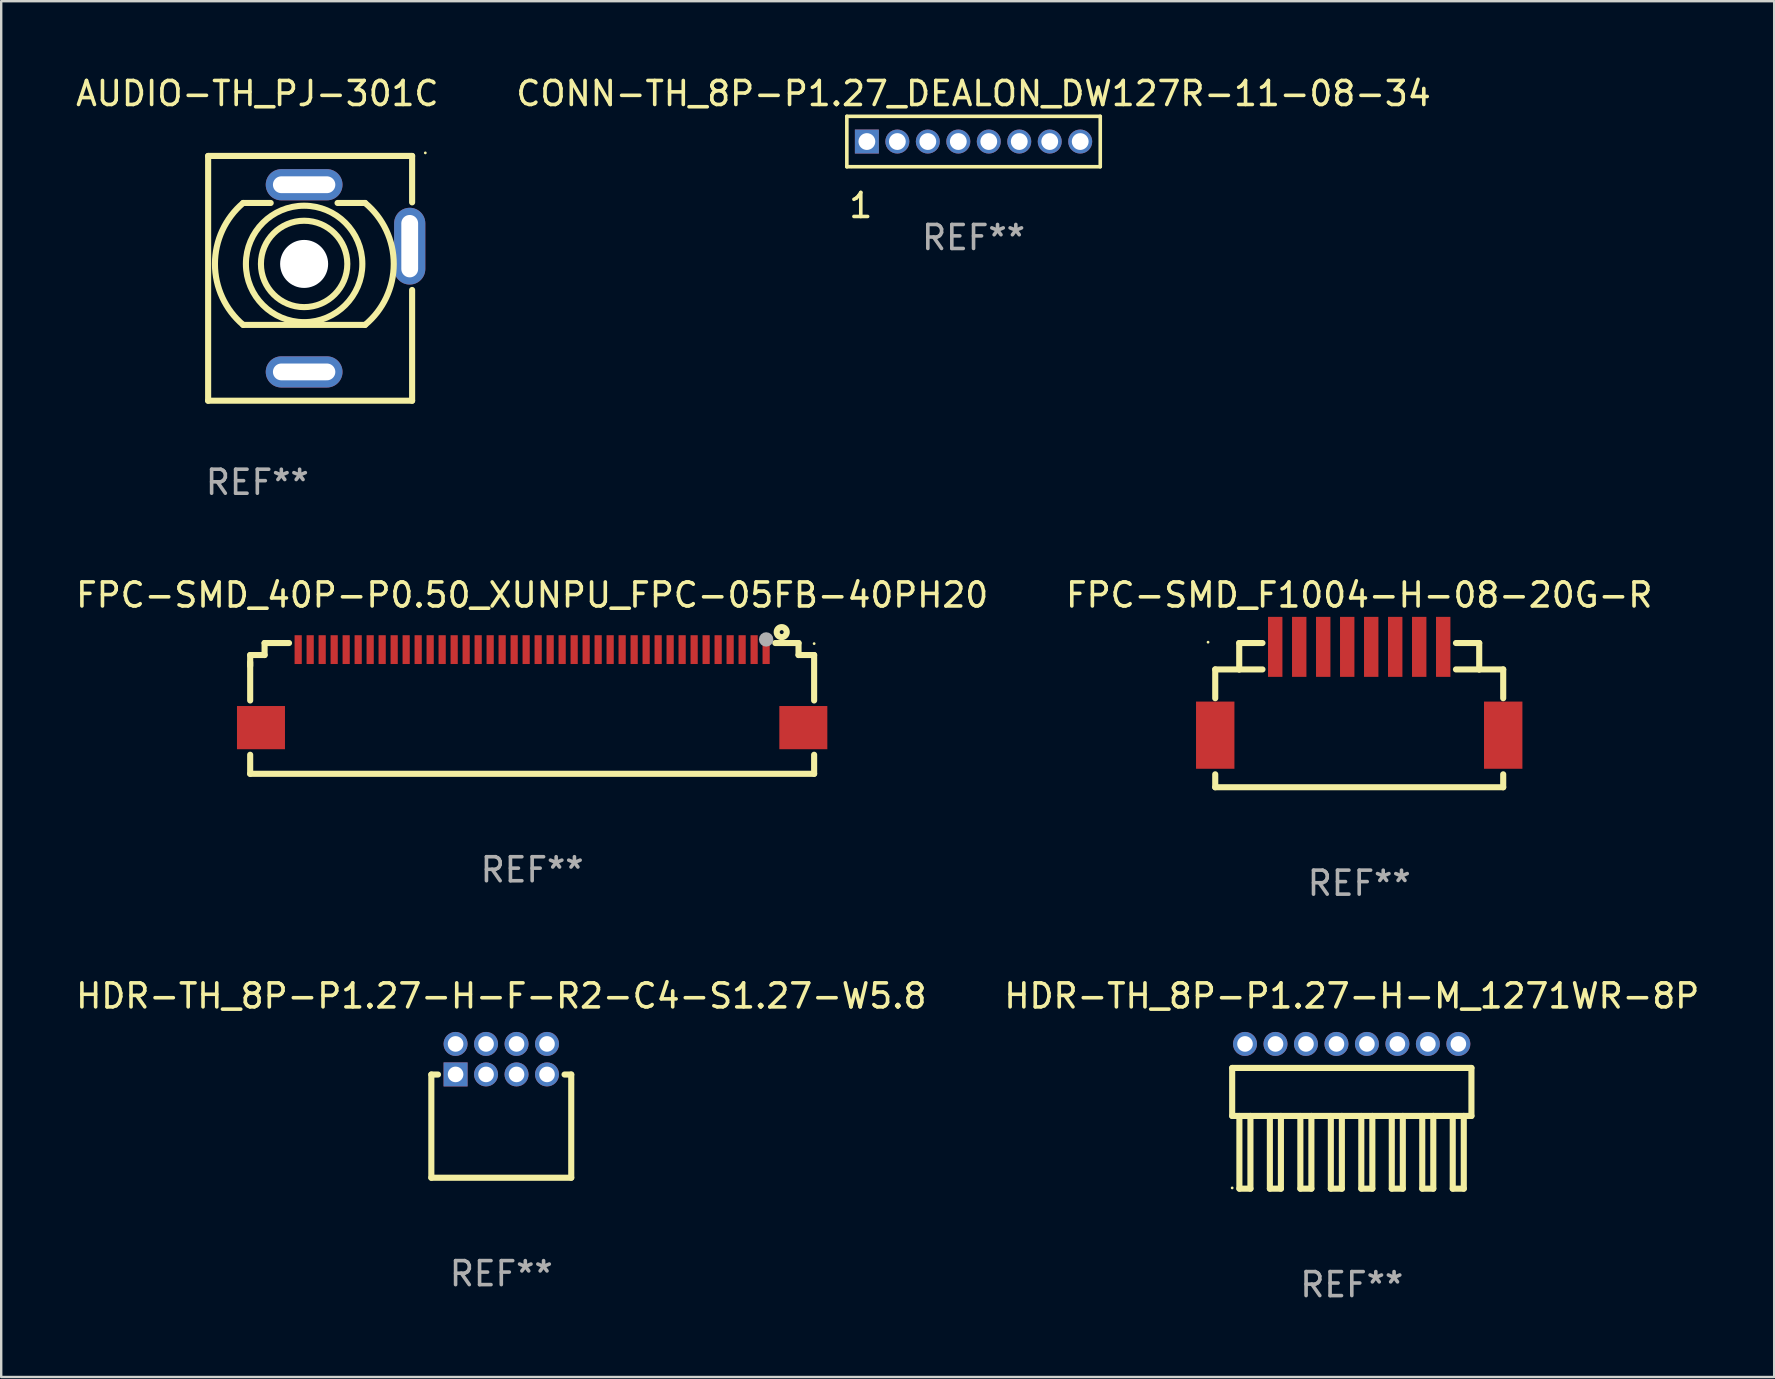
<source format=kicad_pcb>
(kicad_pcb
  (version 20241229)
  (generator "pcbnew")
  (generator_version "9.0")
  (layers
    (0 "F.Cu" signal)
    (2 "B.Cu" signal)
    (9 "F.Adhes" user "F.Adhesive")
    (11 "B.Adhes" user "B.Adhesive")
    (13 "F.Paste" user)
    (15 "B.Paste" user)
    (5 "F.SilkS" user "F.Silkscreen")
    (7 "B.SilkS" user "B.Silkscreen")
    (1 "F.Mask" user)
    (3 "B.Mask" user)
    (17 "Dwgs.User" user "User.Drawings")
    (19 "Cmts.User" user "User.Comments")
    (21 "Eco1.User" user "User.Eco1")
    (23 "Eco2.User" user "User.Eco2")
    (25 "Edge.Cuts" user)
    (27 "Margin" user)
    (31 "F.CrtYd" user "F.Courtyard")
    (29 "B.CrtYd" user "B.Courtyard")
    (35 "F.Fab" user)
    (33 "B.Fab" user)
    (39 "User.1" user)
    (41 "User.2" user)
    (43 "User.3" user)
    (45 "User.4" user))
  (footprint "HDR-TH_8P-P1.27-H-F-R2-C4-S1.27-W5.8"
    (layer "F.Cu")
    (at 17.839 41.086)
    (property "Reference" "HDR-TH_8P-P1.27-H-F-R2-C4-S1.27-W5.8" (at 0.000038 -2.635 0) (layer "F.SilkS") (effects (font (size 1 1) (thickness 0.15))))
    (attr through_hole)
    (fp_line (start -2.915 0.64) (end -2.636 0.64) (stroke (width 0.254) (type solid)) (layer "F.SilkS"))
    (fp_line (start -2.915 0.64) (end -2.915 4.94) (stroke (width 0.254) (type solid)) (layer "F.SilkS"))
    (fp_line (start -2.915 4.94) (end 2.915 4.94) (stroke (width 0.254) (type solid)) (layer "F.SilkS"))
    (fp_line (start 2.636 0.64) (end 2.915 0.64) (stroke (width 0.254) (type solid)) (layer "F.SilkS"))
    (fp_line (start 2.915 4.94) (end 2.915 0.64) (stroke (width 0.254) (type solid)) (layer "F.SilkS"))
    (fp_circle (center -2.74 4.94) (end -2.71 4.94) (stroke (width 0.06) (type solid)) (fill no) (layer "F.SilkS"))
    (fp_text user "REF**" (at 0.000038 8.94 0) (layer "F.Fab") (effects (font (size 1 1) (thickness 0.15))))
    (pad "1" thru_hole rect (at -1.905 0.635) (size 1 1) (drill 0.65) (layers "*.Cu" "*.Mask"))
    (pad "2" thru_hole circle (at -1.905 -0.635) (size 1 1) (drill 0.65) (layers "*.Cu" "*.Mask"))
    (pad "3" thru_hole circle (at -0.635 0.635) (size 1 1) (drill 0.65) (layers "*.Cu" "*.Mask"))
    (pad "4" thru_hole circle (at -0.635 -0.635) (size 1 1) (drill 0.65) (layers "*.Cu" "*.Mask"))
    (pad "5" thru_hole circle (at 0.635 0.635) (size 1 1) (drill 0.65) (layers "*.Cu" "*.Mask"))
    (pad "6" thru_hole circle (at 0.635 -0.635) (size 1 1) (drill 0.65) (layers "*.Cu" "*.Mask"))
    (pad "7" thru_hole circle (at 1.905 0.635) (size 1 1) (drill 0.65) (layers "*.Cu" "*.Mask"))
    (pad "8" thru_hole circle (at 1.905 -0.635) (size 1 1) (drill 0.65) (layers "*.Cu" "*.Mask")))
  (footprint "CONN-TH_8P-P1.27_DEALON_DW127R-11-08-34"
    (layer "F.Cu")
    (at 37.518 2.848)
    (property "Reference" "CONN-TH_8P-P1.27_DEALON_DW127R-11-08-34" (at 0 -2 0) (layer "F.SilkS") (effects (font (size 1 1) (thickness 0.15))))
    (attr through_hole)
    (fp_line (start -5.28 -1.05) (end -5.28 1.05) (stroke (width 0.15) (type solid)) (layer "F.SilkS"))
    (fp_line (start -5.28 1.05) (end 5.28 1.05) (stroke (width 0.15) (type solid)) (layer "F.SilkS"))
    (fp_line (start 5.28 -1.05) (end -5.28 -1.05) (stroke (width 0.15) (type solid)) (layer "F.SilkS"))
    (fp_line (start 5.28 1.05) (end 5.28 -1.05) (stroke (width 0.15) (type solid)) (layer "F.SilkS"))
    (fp_circle (center -5.08 1.05) (end -5.05 1.05) (stroke (width 0.06) (type solid)) (fill no) (layer "F.SilkS"))
    (fp_text user "1" (at -4.699 2.667 0) (layer "F.SilkS") (effects (font (size 1 1) (thickness 0.15))))
    (fp_text user "REF**" (at 0 4 0) (layer "F.Fab") (effects (font (size 1 1) (thickness 0.15))))
    (pad "1" thru_hole rect (at -4.445 0) (size 1 1) (drill 0.7) (layers "*.Cu" "*.Mask"))
    (pad "2" thru_hole circle (at -3.175 0) (size 1 1) (drill 0.7) (layers "*.Cu" "*.Mask"))
    (pad "3" thru_hole circle (at -1.905 0) (size 1 1) (drill 0.7) (layers "*.Cu" "*.Mask"))
    (pad "4" thru_hole circle (at -0.635 0) (size 1 1) (drill 0.7) (layers "*.Cu" "*.Mask"))
    (pad "5" thru_hole circle (at 0.635 0) (size 1 1) (drill 0.7) (layers "*.Cu" "*.Mask"))
    (pad "6" thru_hole circle (at 1.905 0) (size 1 1) (drill 0.7) (layers "*.Cu" "*.Mask"))
    (pad "7" thru_hole circle (at 3.175 0) (size 1 1) (drill 0.7) (layers "*.Cu" "*.Mask"))
    (pad "8" thru_hole circle (at 4.445 0) (size 1 1) (drill 0.7) (layers "*.Cu" "*.Mask")))
  (footprint "FPC-SMD_F1004-H-08-20G-R"
    (layer "F.Cu")
    (at 53.589 25.745)
    (property "Reference" "FPC-SMD_F1004-H-08-20G-R" (at -0.000013 -4 0) (layer "F.SilkS") (effects (font (size 1 1) (thickness 0.15))))
    (attr through_hole)
    (fp_line (start -6 4.01) (end -6 3.471) (stroke (width 0.254) (type solid)) (layer "F.SilkS"))
    (fp_line (start -6 -0.9) (end -5 -0.9) (stroke (width 0.254) (type solid)) (layer "F.SilkS"))
    (fp_line (start -6 0.3) (end -6 -0.9) (stroke (width 0.254) (type solid)) (layer "F.SilkS"))
    (fp_line (start -5 -2) (end -4.031 -2) (stroke (width 0.254) (type solid)) (layer "F.SilkS"))
    (fp_line (start -5 -0.9) (end -5 -2) (stroke (width 0.254) (type solid)) (layer "F.SilkS"))
    (fp_line (start -5 -0.9) (end -4.031 -0.9) (stroke (width 0.254) (type solid)) (layer "F.SilkS"))
    (fp_line (start 4.031 -2) (end 5 -2) (stroke (width 0.254) (type solid)) (layer "F.SilkS"))
    (fp_line (start 4.031 -0.9) (end 5 -0.9) (stroke (width 0.254) (type solid)) (layer "F.SilkS"))
    (fp_line (start 5 -2) (end 5 -0.9) (stroke (width 0.254) (type solid)) (layer "F.SilkS"))
    (fp_line (start 5 -0.9) (end 6 -0.9) (stroke (width 0.254) (type solid)) (layer "F.SilkS"))
    (fp_line (start 6 -0.9) (end 6 0.3) (stroke (width 0.254) (type solid)) (layer "F.SilkS"))
    (fp_line (start 6 4.01) (end -6 4.01) (stroke (width 0.254) (type solid)) (layer "F.SilkS"))
    (fp_line (start 6 4.01) (end 6 3.471) (stroke (width 0.254) (type solid)) (layer "F.SilkS"))
    (fp_circle (center -6.299 -2.035) (end -6.269 -2.035) (stroke (width 0.06) (type solid)) (fill no) (layer "F.SilkS"))
    (fp_text user "REF**" (at -0.000013 8.01 0) (layer "F.Fab") (effects (font (size 1 1) (thickness 0.15))))
    (pad "1" smd rect (at -3.5 -1.84) (size 0.6 2.5) (layers "F.Cu" "F.Mask" "F.Paste"))
    (pad "2" smd rect (at -2.5 -1.84) (size 0.6 2.5) (layers "F.Cu" "F.Mask" "F.Paste"))
    (pad "3" smd rect (at -1.5 -1.84) (size 0.6 2.5) (layers "F.Cu" "F.Mask" "F.Paste"))
    (pad "4" smd rect (at -0.5 -1.84) (size 0.6 2.5) (layers "F.Cu" "F.Mask" "F.Paste"))
    (pad "5" smd rect (at 0.5 -1.84) (size 0.6 2.5) (layers "F.Cu" "F.Mask" "F.Paste"))
    (pad "6" smd rect (at 1.5 -1.84) (size 0.6 2.5) (layers "F.Cu" "F.Mask" "F.Paste"))
    (pad "7" smd rect (at 2.5 -1.84) (size 0.6 2.5) (layers "F.Cu" "F.Mask" "F.Paste"))
    (pad "8" smd rect (at 3.5 -1.84) (size 0.6 2.5) (layers "F.Cu" "F.Mask" "F.Paste"))
    (pad "9" smd rect (at 6 1.84) (size 1.6 2.8) (layers "F.Cu" "F.Mask" "F.Paste"))
    (pad "10" smd rect (at -6 1.84) (size 1.6 2.8) (layers "F.Cu" "F.Mask" "F.Paste")))
  (footprint "AUDIO-TH_PJ-301C"
    (layer "F.Cu")
    (at 9.623 7.948)
    (property "Reference" "AUDIO-TH_PJ-301C" (at -1.95 -7.1 0) (layer "F.SilkS") (effects (font (size 1 1) (thickness 0.15))))
    (attr through_hole)
    (fp_line (start -4 -4.5) (end -4 5.7) (stroke (width 0.254) (type solid)) (layer "F.SilkS"))
    (fp_line (start -4 -4.5) (end 4.5 -4.5) (stroke (width 0.254) (type solid)) (layer "F.SilkS"))
    (fp_line (start -4 5.7) (end 4.5 5.7) (stroke (width 0.254) (type solid)) (layer "F.SilkS"))
    (fp_line (start -2.54 -2.54) (end -1.393 -2.54) (stroke (width 0.254) (type solid)) (layer "F.SilkS"))
    (fp_line (start -2.54 2.54) (end 2.54 2.54) (stroke (width 0.254) (type solid)) (layer "F.SilkS"))
    (fp_line (start 1.393 -2.54) (end 2.54 -2.54) (stroke (width 0.254) (type solid)) (layer "F.SilkS"))
    (fp_line (start 4.5 -4.5) (end 4.5 -2.565) (stroke (width 0.254) (type solid)) (layer "F.SilkS"))
    (fp_line (start 4.5 1.085) (end 4.5 5.7) (stroke (width 0.254) (type solid)) (layer "F.SilkS"))
    (fp_arc (start -2.540005 2.540005) (mid -3.716268 0) (end -2.540005 -2.540005) (stroke (width 0.254001) (type solid)) (layer "F.SilkS"))
    (fp_arc (start 2.540005 -2.540005) (mid 3.734614 0) (end 2.540005 2.540005) (stroke (width 0.254001) (type solid)) (layer "F.SilkS"))
    (fp_circle (center 0 0) (end 1.8 0) (stroke (width 0.254) (type solid)) (fill no) (layer "F.SilkS"))
    (fp_circle (center 0 0) (end 2.426 0) (stroke (width 0.254) (type solid)) (fill no) (layer "F.SilkS"))
    (fp_circle (center 5.05 -4.627) (end 5.08 -4.627) (stroke (width 0.06) (type solid)) (fill no) (layer "F.SilkS"))
    (fp_text user "REF**" (at -1.95 9.1 0) (layer "F.Fab") (effects (font (size 1 1) (thickness 0.15))))
    (pad "" np_thru_hole circle (at 0 0 90) (size 2 2) (drill 2) (layers "*.Cu" "*.Mask"))
    (pad "R" thru_hole oval (at 0 4.5 90) (size 1.3 3.2) (drill oval 0.7 2.6) (layers "*.Cu" "*.Mask"))
    (pad "S" thru_hole oval (at 4.4 -0.74) (size 1.3 3.2) (drill oval 0.7 2.6) (layers "*.Cu" "*.Mask"))
    (pad "T" thru_hole oval (at 0 -3.3 90) (size 1.3 3.2) (drill oval 0.7 2.6) (layers "*.Cu" "*.Mask")))
  (footprint "HDR-TH_8P-P1.27-H-M_1271WR-8P"
    (layer "F.Cu")
    (at 53.275 40.451)
    (property "Reference" "HDR-TH_8P-P1.27-H-M_1271WR-8P" (at 0.005 -2 0) (layer "F.SilkS") (effects (font (size 1 1) (thickness 0.15))))
    (attr through_hole)
    (fp_line (start -4.98 1) (end -4.98 3) (stroke (width 0.254) (type solid)) (layer "F.SilkS"))
    (fp_line (start -4.98 3) (end 4.99 3) (stroke (width 0.254) (type solid)) (layer "F.SilkS"))
    (fp_line (start -4.679 3.001) (end -4.679 6.031) (stroke (width 0.254) (type solid)) (layer "F.SilkS"))
    (fp_line (start -4.679 6.031) (end -4.219 6.031) (stroke (width 0.254) (type solid)) (layer "F.SilkS"))
    (fp_line (start -4.219 6.031) (end -4.219 3) (stroke (width 0.254) (type solid)) (layer "F.SilkS"))
    (fp_line (start -3.409 3.001) (end -3.409 6.031) (stroke (width 0.254) (type solid)) (layer "F.SilkS"))
    (fp_line (start -3.409 6.031) (end -2.949 6.031) (stroke (width 0.254) (type solid)) (layer "F.SilkS"))
    (fp_line (start -2.949 6.031) (end -2.949 3) (stroke (width 0.254) (type solid)) (layer "F.SilkS"))
    (fp_line (start -2.139 3.001) (end -2.139 6.031) (stroke (width 0.254) (type solid)) (layer "F.SilkS"))
    (fp_line (start -2.139 6.031) (end -1.679 6.031) (stroke (width 0.254) (type solid)) (layer "F.SilkS"))
    (fp_line (start -1.679 6.031) (end -1.679 3) (stroke (width 0.254) (type solid)) (layer "F.SilkS"))
    (fp_line (start -0.869 3.001) (end -0.869 6.031) (stroke (width 0.254) (type solid)) (layer "F.SilkS"))
    (fp_line (start -0.869 6.031) (end -0.409 6.031) (stroke (width 0.254) (type solid)) (layer "F.SilkS"))
    (fp_line (start -0.409 6.031) (end -0.409 3) (stroke (width 0.254) (type solid)) (layer "F.SilkS"))
    (fp_line (start 0.401 3.001) (end 0.401 6.031) (stroke (width 0.254) (type solid)) (layer "F.SilkS"))
    (fp_line (start 0.401 6.031) (end 0.861 6.031) (stroke (width 0.254) (type solid)) (layer "F.SilkS"))
    (fp_line (start 0.861 6.031) (end 0.861 3) (stroke (width 0.254) (type solid)) (layer "F.SilkS"))
    (fp_line (start 1.671 3.001) (end 1.671 6.031) (stroke (width 0.254) (type solid)) (layer "F.SilkS"))
    (fp_line (start 1.671 6.031) (end 2.131 6.031) (stroke (width 0.254) (type solid)) (layer "F.SilkS"))
    (fp_line (start 2.131 6.031) (end 2.131 3) (stroke (width 0.254) (type solid)) (layer "F.SilkS"))
    (fp_line (start 2.941 3.001) (end 2.941 6.031) (stroke (width 0.254) (type solid)) (layer "F.SilkS"))
    (fp_line (start 2.941 6.031) (end 3.401 6.031) (stroke (width 0.254) (type solid)) (layer "F.SilkS"))
    (fp_line (start 3.401 6.031) (end 3.401 3) (stroke (width 0.254) (type solid)) (layer "F.SilkS"))
    (fp_line (start 4.211 3.001) (end 4.211 6.031) (stroke (width 0.254) (type solid)) (layer "F.SilkS"))
    (fp_line (start 4.211 6.031) (end 4.671 6.031) (stroke (width 0.254) (type solid)) (layer "F.SilkS"))
    (fp_line (start 4.671 6.031) (end 4.671 3) (stroke (width 0.254) (type solid)) (layer "F.SilkS"))
    (fp_line (start 4.99 1) (end -4.98 1) (stroke (width 0.254) (type solid)) (layer "F.SilkS"))
    (fp_line (start 4.99 3) (end 4.99 1) (stroke (width 0.254) (type solid)) (layer "F.SilkS"))
    (fp_circle (center -4.98 6) (end -4.95 6) (stroke (width 0.06) (type solid)) (fill no) (layer "F.SilkS"))
    (fp_text user "REF**" (at 0.005 10.031 0) (layer "F.Fab") (effects (font (size 1 1) (thickness 0.15))))
    (pad "1" thru_hole circle (at -4.445 0) (size 1 1) (drill 0.65) (layers "*.Cu" "*.Mask"))
    (pad "2" thru_hole circle (at -3.175 0) (size 1 1) (drill 0.65) (layers "*.Cu" "*.Mask"))
    (pad "3" thru_hole circle (at -1.905 0) (size 1 1) (drill 0.65) (layers "*.Cu" "*.Mask"))
    (pad "4" thru_hole circle (at -0.635 0) (size 1 1) (drill 0.65) (layers "*.Cu" "*.Mask"))
    (pad "5" thru_hole circle (at 0.635 0) (size 1 1) (drill 0.65) (layers "*.Cu" "*.Mask"))
    (pad "6" thru_hole circle (at 1.905 0) (size 1 1) (drill 0.65) (layers "*.Cu" "*.Mask"))
    (pad "7" thru_hole circle (at 3.175 0) (size 1 1) (drill 0.65) (layers "*.Cu" "*.Mask"))
    (pad "8" thru_hole circle (at 4.445 0) (size 1 1) (drill 0.65) (layers "*.Cu" "*.Mask")))
  (footprint "FPC-SMD_40P-P0.50_XUNPU_FPC-05FB-40PH20"
    (layer "F.Cu")
    (at 19.125 25.645)
    (property "Reference" "FPC-SMD_40P-P0.50_XUNPU_FPC-05FB-40PH20" (at 0.000025 -3.9 0) (layer "F.SilkS") (effects (font (size 1 1) (thickness 0.15))))
    (attr through_hole)
    (fp_line (start -11.75 -1.4) (end -11.15 -1.4) (stroke (width 0.254) (type solid)) (layer "F.SilkS"))
    (fp_line (start -11.75 -0.95) (end -11.75 -1.4) (stroke (width 0.254) (type solid)) (layer "F.SilkS"))
    (fp_line (start -11.75 0.494) (end -11.75 -1.1) (stroke (width 0.254) (type solid)) (layer "F.SilkS"))
    (fp_line (start -11.75 3.55) (end -11.75 2.756) (stroke (width 0.254) (type solid)) (layer "F.SilkS"))
    (fp_line (start -11.15 -1.9) (end -10.131 -1.9) (stroke (width 0.254) (type solid)) (layer "F.SilkS"))
    (fp_line (start -11.15 -1.4) (end -11.15 -1.9) (stroke (width 0.254) (type solid)) (layer "F.SilkS"))
    (fp_line (start 10.131 -1.9) (end 11.1 -1.9) (stroke (width 0.254) (type solid)) (layer "F.SilkS"))
    (fp_line (start 11.1 -1.9) (end 11.1 -1.4) (stroke (width 0.254) (type solid)) (layer "F.SilkS"))
    (fp_line (start 11.1 -1.4) (end 11.75 -1.4) (stroke (width 0.254) (type solid)) (layer "F.SilkS"))
    (fp_line (start 11.75 -1.4) (end 11.75 0.494) (stroke (width 0.254) (type solid)) (layer "F.SilkS"))
    (fp_line (start 11.75 2.756) (end 11.75 3.55) (stroke (width 0.254) (type solid)) (layer "F.SilkS"))
    (fp_line (start 11.75 3.55) (end -11.75 3.55) (stroke (width 0.254) (type solid)) (layer "F.SilkS"))
    (fp_circle (center 10.399 -2.355) (end 10.608 -2.355) (stroke (width 0.254) (type solid)) (fill no) (layer "F.SilkS"))
    (fp_circle (center 11.75 -1.875) (end 11.78 -1.875) (stroke (width 0.06) (type solid)) (fill no) (layer "F.SilkS"))
    (fp_circle (center 9.75 -2.05) (end 9.9 -2.05) (stroke (width 0.3) (type solid)) (fill no) (layer "F.Fab"))
    (fp_text user "REF**" (at 0.000025 7.55 0) (layer "F.Fab") (effects (font (size 1 1) (thickness 0.15))))
    (pad "1" smd rect (at 9.75 -1.625) (size 0.3 1.2) (layers "F.Cu" "F.Mask" "F.Paste"))
    (pad "2" smd rect (at 9.25 -1.625) (size 0.3 1.2) (layers "F.Cu" "F.Mask" "F.Paste"))
    (pad "3" smd rect (at 8.75 -1.625) (size 0.3 1.2) (layers "F.Cu" "F.Mask" "F.Paste"))
    (pad "4" smd rect (at 8.25 -1.625) (size 0.3 1.2) (layers "F.Cu" "F.Mask" "F.Paste"))
    (pad "5" smd rect (at 7.75 -1.625) (size 0.3 1.2) (layers "F.Cu" "F.Mask" "F.Paste"))
    (pad "6" smd rect (at 7.25 -1.625) (size 0.3 1.2) (layers "F.Cu" "F.Mask" "F.Paste"))
    (pad "7" smd rect (at 6.75 -1.625) (size 0.3 1.2) (layers "F.Cu" "F.Mask" "F.Paste"))
    (pad "8" smd rect (at 6.25 -1.625) (size 0.3 1.2) (layers "F.Cu" "F.Mask" "F.Paste"))
    (pad "9" smd rect (at 5.75 -1.625) (size 0.3 1.2) (layers "F.Cu" "F.Mask" "F.Paste"))
    (pad "10" smd rect (at 5.25 -1.625) (size 0.3 1.2) (layers "F.Cu" "F.Mask" "F.Paste"))
    (pad "11" smd rect (at 4.75 -1.625) (size 0.3 1.2) (layers "F.Cu" "F.Mask" "F.Paste"))
    (pad "12" smd rect (at 4.25 -1.625) (size 0.3 1.2) (layers "F.Cu" "F.Mask" "F.Paste"))
    (pad "13" smd rect (at 3.75 -1.625) (size 0.3 1.2) (layers "F.Cu" "F.Mask" "F.Paste"))
    (pad "14" smd rect (at 3.25 -1.625) (size 0.3 1.2) (layers "F.Cu" "F.Mask" "F.Paste"))
    (pad "15" smd rect (at 2.75 -1.625) (size 0.3 1.2) (layers "F.Cu" "F.Mask" "F.Paste"))
    (pad "16" smd rect (at 2.25 -1.625) (size 0.3 1.2) (layers "F.Cu" "F.Mask" "F.Paste"))
    (pad "17" smd rect (at 1.75 -1.625) (size 0.3 1.2) (layers "F.Cu" "F.Mask" "F.Paste"))
    (pad "18" smd rect (at 1.25 -1.625) (size 0.3 1.2) (layers "F.Cu" "F.Mask" "F.Paste"))
    (pad "19" smd rect (at 0.75 -1.625) (size 0.3 1.2) (layers "F.Cu" "F.Mask" "F.Paste"))
    (pad "20" smd rect (at 0.25 -1.625) (size 0.3 1.2) (layers "F.Cu" "F.Mask" "F.Paste"))
    (pad "21" smd rect (at -0.25 -1.625) (size 0.3 1.2) (layers "F.Cu" "F.Mask" "F.Paste"))
    (pad "22" smd rect (at -0.75 -1.625) (size 0.3 1.2) (layers "F.Cu" "F.Mask" "F.Paste"))
    (pad "23" smd rect (at -1.25 -1.625) (size 0.3 1.2) (layers "F.Cu" "F.Mask" "F.Paste"))
    (pad "24" smd rect (at -1.75 -1.625) (size 0.3 1.2) (layers "F.Cu" "F.Mask" "F.Paste"))
    (pad "25" smd rect (at -2.25 -1.625) (size 0.3 1.2) (layers "F.Cu" "F.Mask" "F.Paste"))
    (pad "26" smd rect (at -2.75 -1.625) (size 0.3 1.2) (layers "F.Cu" "F.Mask" "F.Paste"))
    (pad "27" smd rect (at -3.25 -1.625) (size 0.3 1.2) (layers "F.Cu" "F.Mask" "F.Paste"))
    (pad "28" smd rect (at -3.75 -1.625) (size 0.3 1.2) (layers "F.Cu" "F.Mask" "F.Paste"))
    (pad "29" smd rect (at -4.25 -1.625) (size 0.3 1.2) (layers "F.Cu" "F.Mask" "F.Paste"))
    (pad "30" smd rect (at -4.75 -1.625) (size 0.3 1.2) (layers "F.Cu" "F.Mask" "F.Paste"))
    (pad "31" smd rect (at -5.25 -1.625) (size 0.3 1.2) (layers "F.Cu" "F.Mask" "F.Paste"))
    (pad "32" smd rect (at -5.75 -1.625) (size 0.3 1.2) (layers "F.Cu" "F.Mask" "F.Paste"))
    (pad "33" smd rect (at -6.25 -1.625) (size 0.3 1.2) (layers "F.Cu" "F.Mask" "F.Paste"))
    (pad "34" smd rect (at -6.75 -1.625) (size 0.3 1.2) (layers "F.Cu" "F.Mask" "F.Paste"))
    (pad "35" smd rect (at -7.25 -1.625) (size 0.3 1.2) (layers "F.Cu" "F.Mask" "F.Paste"))
    (pad "36" smd rect (at -7.75 -1.625) (size 0.3 1.2) (layers "F.Cu" "F.Mask" "F.Paste"))
    (pad "37" smd rect (at -8.25 -1.625) (size 0.3 1.2) (layers "F.Cu" "F.Mask" "F.Paste"))
    (pad "38" smd rect (at -8.75 -1.625) (size 0.3 1.2) (layers "F.Cu" "F.Mask" "F.Paste"))
    (pad "39" smd rect (at -9.25 -1.625) (size 0.3 1.2) (layers "F.Cu" "F.Mask" "F.Paste"))
    (pad "40" smd rect (at -9.75 -1.625) (size 0.3 1.2) (layers "F.Cu" "F.Mask" "F.Paste"))
    (pad "41" smd rect (at -11.3 1.625) (size 2 1.8) (layers "F.Cu" "F.Mask" "F.Paste"))
    (pad "42" smd rect (at 11.3 1.625) (size 2 1.8) (layers "F.Cu" "F.Mask" "F.Paste")))
  (gr_rect
    (start -3 -3)
    (end 70.881 54.331)
    (stroke (width 0.1) (type default))
    (fill no)
    (layer "Edge.Cuts")))
</source>
